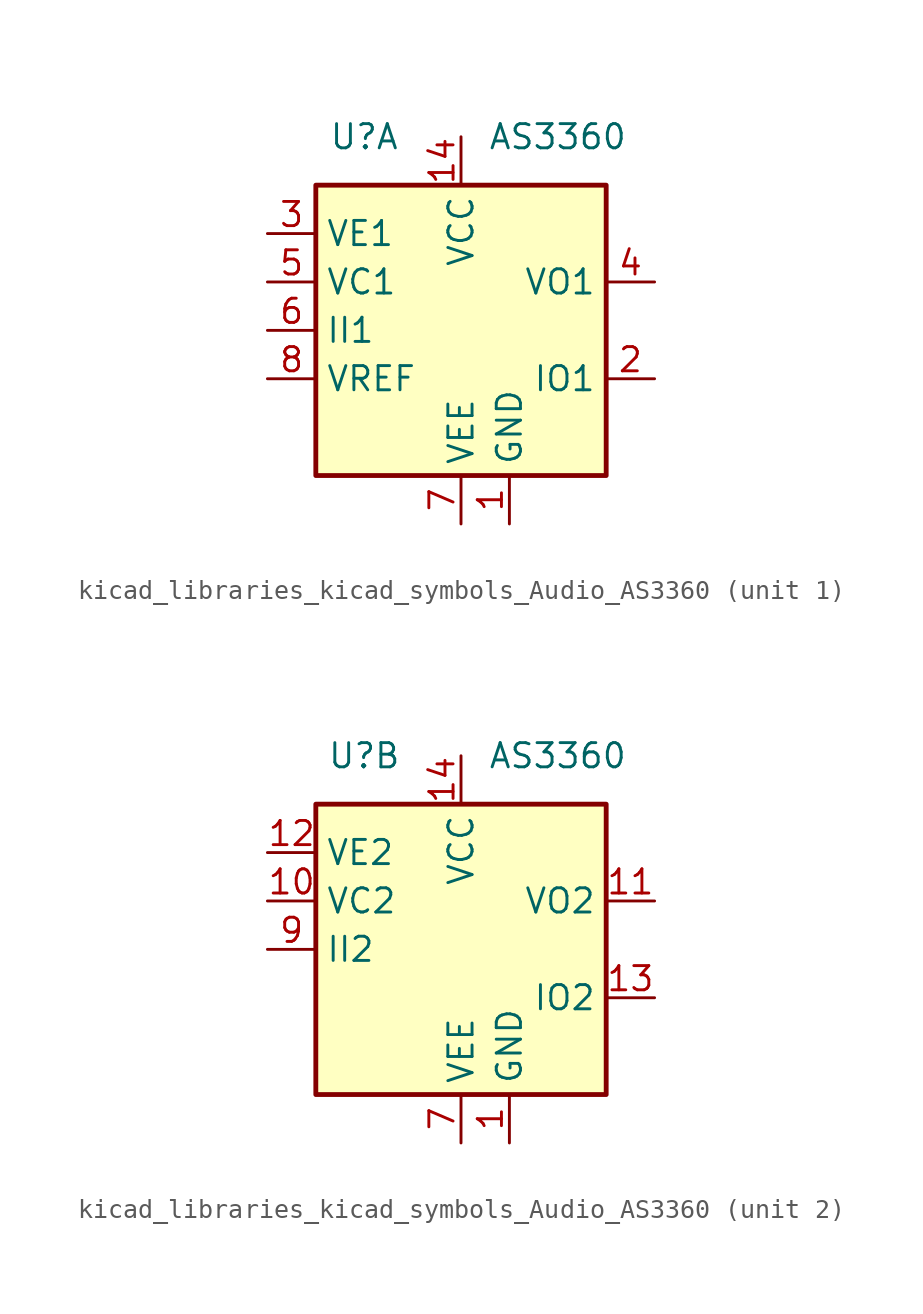
<source format=kicad_sym>
(kicad_symbol_lib
  (version 20220914)
  (generator kicad_symbol_editor)
  (symbol "kicad_libraries_kicad_symbols_Audio_AS3360"
    (property "Reference" "U"
      (at -5.08 10.16 0)
      (effects (font (size 1.27 1.27))))
    (property "Value" "AS3360"
      (at 5.08 10.16 0)
      (effects (font (size 1.27 1.27))))
    (symbol "kicad_libraries_kicad_symbols_Audio_AS3360_0_1"
      (rectangle (start -7.62 7.62) (end 7.62 -7.62) (stroke (width 0.254) (type default)) (fill (type background)))
      (pin power_in line (at 2.54 -10.16 90) (length 2.54) (name "GND" (effects (font (size 1.27 1.27)))) (number "1" (effects (font (size 1.27 1.27)))))
      (pin power_in line (at 0 10.16 270) (length 2.54) (name "VCC" (effects (font (size 1.27 1.27)))) (number "14" (effects (font (size 1.27 1.27)))))
      (pin power_in line (at 0 -10.16 90) (length 2.54) (name "VEE" (effects (font (size 1.27 1.27)))) (number "7" (effects (font (size 1.27 1.27))))))
    (symbol "kicad_libraries_kicad_symbols_Audio_AS3360_1_1"
      (pin output line (at 10.16 -2.54 180) (length 2.54) (name "IO1" (effects (font (size 1.27 1.27)))) (number "2" (effects (font (size 1.27 1.27)))))
      (pin input line (at -10.16 5.08 0) (length 2.54) (name "VE1" (effects (font (size 1.27 1.27)))) (number "3" (effects (font (size 1.27 1.27)))))
      (pin output line (at 10.16 2.54 180) (length 2.54) (name "VO1" (effects (font (size 1.27 1.27)))) (number "4" (effects (font (size 1.27 1.27)))))
      (pin input line (at -10.16 2.54 0) (length 2.54) (name "VC1" (effects (font (size 1.27 1.27)))) (number "5" (effects (font (size 1.27 1.27)))))
      (pin input line (at -10.16 0 0) (length 2.54) (name "II1" (effects (font (size 1.27 1.27)))) (number "6" (effects (font (size 1.27 1.27)))))
      (pin passive line (at -10.16 -2.54 0) (length 2.54) (name "VREF" (effects (font (size 1.27 1.27)))) (number "8" (effects (font (size 1.27 1.27))))))
    (symbol "kicad_libraries_kicad_symbols_Audio_AS3360_2_1"
      (pin input line (at -10.16 2.54 0) (length 2.54) (name "VC2" (effects (font (size 1.27 1.27)))) (number "10" (effects (font (size 1.27 1.27)))))
      (pin output line (at 10.16 2.54 180) (length 2.54) (name "VO2" (effects (font (size 1.27 1.27)))) (number "11" (effects (font (size 1.27 1.27)))))
      (pin input line (at -10.16 5.08 0) (length 2.54) (name "VE2" (effects (font (size 1.27 1.27)))) (number "12" (effects (font (size 1.27 1.27)))))
      (pin output line (at 10.16 -2.54 180) (length 2.54) (name "IO2" (effects (font (size 1.27 1.27)))) (number "13" (effects (font (size 1.27 1.27)))))
      (pin input line (at -10.16 0 0) (length 2.54) (name "II2" (effects (font (size 1.27 1.27)))) (number "9" (effects (font (size 1.27 1.27))))))))
</source>
